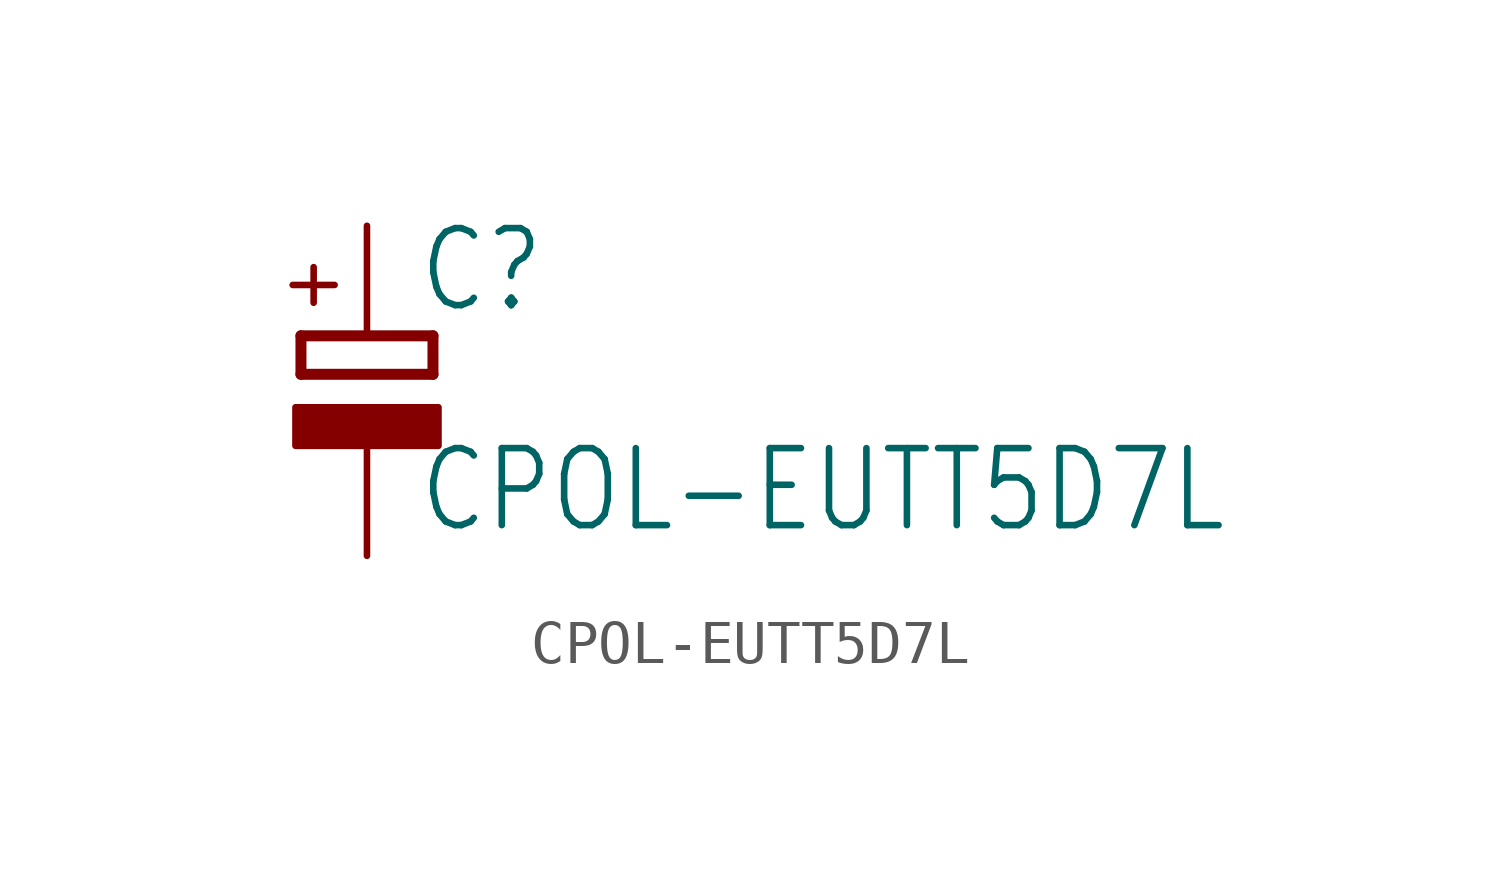
<source format=kicad_sym>
(kicad_symbol_lib
  (version 20210619)
  (generator kicad_symbol_editor)
  (symbol "CPOL-EUTT5D7L"
    (property "Reference" "C"
      (at 1.143 0.483 0)
      (effects (font (size 1.778 1.511)) (justify left bottom)))
    (property "Value" "CPOL-EUTT5D7L"
      (at 1.143 -4.597 0)
      (effects (font (size 1.778 1.511)) (justify left bottom)))
    (property "ki_locked" ""
      (at 0 0 0)
      (effects (font (size 1.27 1.27))))
    (symbol "CPOL-EUTT5D7L_1_0"
      (text "+" (at -0.584 0.406 900) (effects (font (size 1.27 1.079)) (justify left bottom)))
      (rectangle (start -1.651 -2.54) (end 1.651 -1.651) (stroke (width 0)) (fill (type outline)))
      (polyline (pts (xy -1.524 -0.889) (xy 1.524 -0.889)) (stroke (width 0.254)) (fill (type none)))
      (polyline (pts (xy -1.524 0) (xy -1.524 -0.889)) (stroke (width 0.254)) (fill (type none)))
      (polyline (pts (xy -1.524 0) (xy 1.524 0)) (stroke (width 0.254)) (fill (type none)))
      (polyline (pts (xy 1.524 -0.889) (xy 1.524 0)) (stroke (width 0.254)) (fill (type none)))
      (pin passive line (at 0 2.54 270) (length 2.54) (name "+" (effects (font (size 0 0)))) (number "+" (effects (font (size 0 0)))))
      (pin passive line (at 0 -5.08 90) (length 2.54) (name "-" (effects (font (size 0 0)))) (number "-" (effects (font (size 0 0))))))))
</source>
